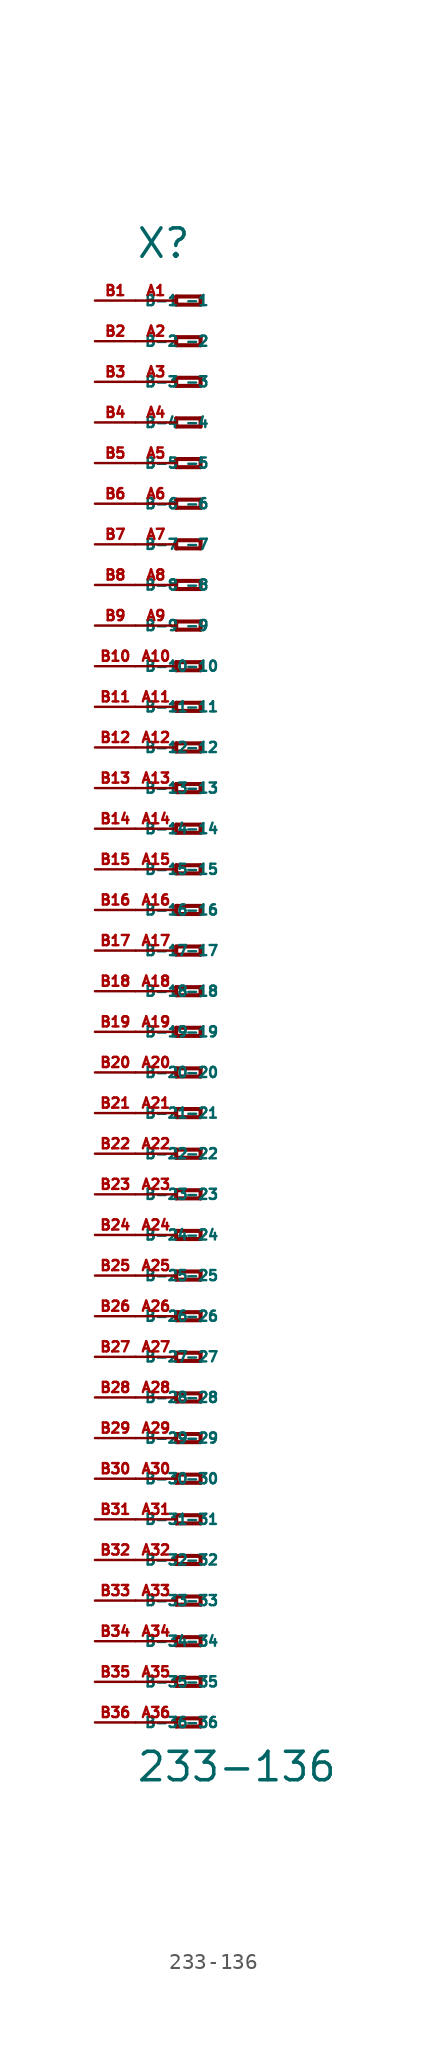
<source format=kicad_sym>
(kicad_symbol_lib
  (version 20220914)
  (generator Eagle2Kicad)
  (symbol "233-136"
    (property "Reference" "X"
      (at -5.08 45.72 0)
      (effects (font (size 1.778 1.778) (thickness 0.22)) (justify left bottom)))
    (property "Value" "233-136"
      (at -5.08 -49.53 0)
      (effects (font (size 1.778 1.778) (thickness 0.22)) (justify left bottom)))
    (polyline
      (pts (xy -2.54 43.434) (xy -2.54 42.926))
      (stroke (width 0.254) (type default))
      (fill (type none)))
    (polyline
      (pts (xy -2.54 42.926) (xy -1.016 42.926))
      (stroke (width 0.254) (type default))
      (fill (type none)))
    (polyline
      (pts (xy -1.016 42.926) (xy -1.016 43.434))
      (stroke (width 0.254) (type default))
      (fill (type none)))
    (polyline
      (pts (xy -1.016 43.434) (xy -2.54 43.434))
      (stroke (width 0.254) (type default))
      (fill (type none)))
    (polyline
      (pts (xy -2.54 40.894) (xy -2.54 40.386))
      (stroke (width 0.254) (type default))
      (fill (type none)))
    (polyline
      (pts (xy -2.54 40.386) (xy -1.016 40.386))
      (stroke (width 0.254) (type default))
      (fill (type none)))
    (polyline
      (pts (xy -1.016 40.386) (xy -1.016 40.894))
      (stroke (width 0.254) (type default))
      (fill (type none)))
    (polyline
      (pts (xy -1.016 40.894) (xy -2.54 40.894))
      (stroke (width 0.254) (type default))
      (fill (type none)))
    (polyline
      (pts (xy -2.54 38.354) (xy -2.54 37.846))
      (stroke (width 0.254) (type default))
      (fill (type none)))
    (polyline
      (pts (xy -2.54 37.846) (xy -1.016 37.846))
      (stroke (width 0.254) (type default))
      (fill (type none)))
    (polyline
      (pts (xy -1.016 37.846) (xy -1.016 38.354))
      (stroke (width 0.254) (type default))
      (fill (type none)))
    (polyline
      (pts (xy -1.016 38.354) (xy -2.54 38.354))
      (stroke (width 0.254) (type default))
      (fill (type none)))
    (polyline
      (pts (xy -2.54 35.814) (xy -2.54 35.306))
      (stroke (width 0.254) (type default))
      (fill (type none)))
    (polyline
      (pts (xy -2.54 35.306) (xy -1.016 35.306))
      (stroke (width 0.254) (type default))
      (fill (type none)))
    (polyline
      (pts (xy -1.016 35.306) (xy -1.016 35.814))
      (stroke (width 0.254) (type default))
      (fill (type none)))
    (polyline
      (pts (xy -1.016 35.814) (xy -2.54 35.814))
      (stroke (width 0.254) (type default))
      (fill (type none)))
    (polyline
      (pts (xy -2.54 33.274) (xy -2.54 32.766))
      (stroke (width 0.254) (type default))
      (fill (type none)))
    (polyline
      (pts (xy -2.54 32.766) (xy -1.016 32.766))
      (stroke (width 0.254) (type default))
      (fill (type none)))
    (polyline
      (pts (xy -1.016 32.766) (xy -1.016 33.274))
      (stroke (width 0.254) (type default))
      (fill (type none)))
    (polyline
      (pts (xy -1.016 33.274) (xy -2.54 33.274))
      (stroke (width 0.254) (type default))
      (fill (type none)))
    (polyline
      (pts (xy -2.54 30.734) (xy -2.54 30.226))
      (stroke (width 0.254) (type default))
      (fill (type none)))
    (polyline
      (pts (xy -2.54 30.226) (xy -1.016 30.226))
      (stroke (width 0.254) (type default))
      (fill (type none)))
    (polyline
      (pts (xy -1.016 30.226) (xy -1.016 30.734))
      (stroke (width 0.254) (type default))
      (fill (type none)))
    (polyline
      (pts (xy -1.016 30.734) (xy -2.54 30.734))
      (stroke (width 0.254) (type default))
      (fill (type none)))
    (polyline
      (pts (xy -2.54 28.194) (xy -2.54 27.686))
      (stroke (width 0.254) (type default))
      (fill (type none)))
    (polyline
      (pts (xy -2.54 27.686) (xy -1.016 27.686))
      (stroke (width 0.254) (type default))
      (fill (type none)))
    (polyline
      (pts (xy -1.016 27.686) (xy -1.016 28.194))
      (stroke (width 0.254) (type default))
      (fill (type none)))
    (polyline
      (pts (xy -1.016 28.194) (xy -2.54 28.194))
      (stroke (width 0.254) (type default))
      (fill (type none)))
    (polyline
      (pts (xy -2.54 25.654) (xy -2.54 25.146))
      (stroke (width 0.254) (type default))
      (fill (type none)))
    (polyline
      (pts (xy -2.54 25.146) (xy -1.016 25.146))
      (stroke (width 0.254) (type default))
      (fill (type none)))
    (polyline
      (pts (xy -1.016 25.146) (xy -1.016 25.654))
      (stroke (width 0.254) (type default))
      (fill (type none)))
    (polyline
      (pts (xy -1.016 25.654) (xy -2.54 25.654))
      (stroke (width 0.254) (type default))
      (fill (type none)))
    (polyline
      (pts (xy -2.54 23.114) (xy -2.54 22.606))
      (stroke (width 0.254) (type default))
      (fill (type none)))
    (polyline
      (pts (xy -2.54 22.606) (xy -1.016 22.606))
      (stroke (width 0.254) (type default))
      (fill (type none)))
    (polyline
      (pts (xy -1.016 22.606) (xy -1.016 23.114))
      (stroke (width 0.254) (type default))
      (fill (type none)))
    (polyline
      (pts (xy -1.016 23.114) (xy -2.54 23.114))
      (stroke (width 0.254) (type default))
      (fill (type none)))
    (polyline
      (pts (xy -2.54 20.574) (xy -2.54 20.066))
      (stroke (width 0.254) (type default))
      (fill (type none)))
    (polyline
      (pts (xy -2.54 20.066) (xy -1.016 20.066))
      (stroke (width 0.254) (type default))
      (fill (type none)))
    (polyline
      (pts (xy -1.016 20.066) (xy -1.016 20.574))
      (stroke (width 0.254) (type default))
      (fill (type none)))
    (polyline
      (pts (xy -1.016 20.574) (xy -2.54 20.574))
      (stroke (width 0.254) (type default))
      (fill (type none)))
    (polyline
      (pts (xy -2.54 18.034) (xy -2.54 17.526))
      (stroke (width 0.254) (type default))
      (fill (type none)))
    (polyline
      (pts (xy -2.54 17.526) (xy -1.016 17.526))
      (stroke (width 0.254) (type default))
      (fill (type none)))
    (polyline
      (pts (xy -1.016 17.526) (xy -1.016 18.034))
      (stroke (width 0.254) (type default))
      (fill (type none)))
    (polyline
      (pts (xy -1.016 18.034) (xy -2.54 18.034))
      (stroke (width 0.254) (type default))
      (fill (type none)))
    (polyline
      (pts (xy -2.54 15.494) (xy -2.54 14.986))
      (stroke (width 0.254) (type default))
      (fill (type none)))
    (polyline
      (pts (xy -2.54 14.986) (xy -1.016 14.986))
      (stroke (width 0.254) (type default))
      (fill (type none)))
    (polyline
      (pts (xy -1.016 14.986) (xy -1.016 15.494))
      (stroke (width 0.254) (type default))
      (fill (type none)))
    (polyline
      (pts (xy -1.016 15.494) (xy -2.54 15.494))
      (stroke (width 0.254) (type default))
      (fill (type none)))
    (polyline
      (pts (xy -2.54 12.954) (xy -2.54 12.446))
      (stroke (width 0.254) (type default))
      (fill (type none)))
    (polyline
      (pts (xy -2.54 12.446) (xy -1.016 12.446))
      (stroke (width 0.254) (type default))
      (fill (type none)))
    (polyline
      (pts (xy -1.016 12.446) (xy -1.016 12.954))
      (stroke (width 0.254) (type default))
      (fill (type none)))
    (polyline
      (pts (xy -1.016 12.954) (xy -2.54 12.954))
      (stroke (width 0.254) (type default))
      (fill (type none)))
    (polyline
      (pts (xy -2.54 10.414) (xy -2.54 9.906))
      (stroke (width 0.254) (type default))
      (fill (type none)))
    (polyline
      (pts (xy -2.54 9.906) (xy -1.016 9.906))
      (stroke (width 0.254) (type default))
      (fill (type none)))
    (polyline
      (pts (xy -1.016 9.906) (xy -1.016 10.414))
      (stroke (width 0.254) (type default))
      (fill (type none)))
    (polyline
      (pts (xy -1.016 10.414) (xy -2.54 10.414))
      (stroke (width 0.254) (type default))
      (fill (type none)))
    (polyline
      (pts (xy -2.54 7.874) (xy -2.54 7.366))
      (stroke (width 0.254) (type default))
      (fill (type none)))
    (polyline
      (pts (xy -2.54 7.366) (xy -1.016 7.366))
      (stroke (width 0.254) (type default))
      (fill (type none)))
    (polyline
      (pts (xy -1.016 7.366) (xy -1.016 7.874))
      (stroke (width 0.254) (type default))
      (fill (type none)))
    (polyline
      (pts (xy -1.016 7.874) (xy -2.54 7.874))
      (stroke (width 0.254) (type default))
      (fill (type none)))
    (polyline
      (pts (xy -2.54 5.334) (xy -2.54 4.826))
      (stroke (width 0.254) (type default))
      (fill (type none)))
    (polyline
      (pts (xy -2.54 4.826) (xy -1.016 4.826))
      (stroke (width 0.254) (type default))
      (fill (type none)))
    (polyline
      (pts (xy -1.016 4.826) (xy -1.016 5.334))
      (stroke (width 0.254) (type default))
      (fill (type none)))
    (polyline
      (pts (xy -1.016 5.334) (xy -2.54 5.334))
      (stroke (width 0.254) (type default))
      (fill (type none)))
    (polyline
      (pts (xy -2.54 2.794) (xy -2.54 2.286))
      (stroke (width 0.254) (type default))
      (fill (type none)))
    (polyline
      (pts (xy -2.54 2.286) (xy -1.016 2.286))
      (stroke (width 0.254) (type default))
      (fill (type none)))
    (polyline
      (pts (xy -1.016 2.286) (xy -1.016 2.794))
      (stroke (width 0.254) (type default))
      (fill (type none)))
    (polyline
      (pts (xy -1.016 2.794) (xy -2.54 2.794))
      (stroke (width 0.254) (type default))
      (fill (type none)))
    (polyline
      (pts (xy -2.54 0.254) (xy -2.54 -0.254))
      (stroke (width 0.254) (type default))
      (fill (type none)))
    (polyline
      (pts (xy -2.54 -0.254) (xy -1.016 -0.254))
      (stroke (width 0.254) (type default))
      (fill (type none)))
    (polyline
      (pts (xy -1.016 -0.254) (xy -1.016 0.254))
      (stroke (width 0.254) (type default))
      (fill (type none)))
    (polyline
      (pts (xy -1.016 0.254) (xy -2.54 0.254))
      (stroke (width 0.254) (type default))
      (fill (type none)))
    (polyline
      (pts (xy -2.54 -2.286) (xy -2.54 -2.794))
      (stroke (width 0.254) (type default))
      (fill (type none)))
    (polyline
      (pts (xy -2.54 -2.794) (xy -1.016 -2.794))
      (stroke (width 0.254) (type default))
      (fill (type none)))
    (polyline
      (pts (xy -1.016 -2.794) (xy -1.016 -2.286))
      (stroke (width 0.254) (type default))
      (fill (type none)))
    (polyline
      (pts (xy -1.016 -2.286) (xy -2.54 -2.286))
      (stroke (width 0.254) (type default))
      (fill (type none)))
    (polyline
      (pts (xy -2.54 -4.826) (xy -2.54 -5.334))
      (stroke (width 0.254) (type default))
      (fill (type none)))
    (polyline
      (pts (xy -2.54 -5.334) (xy -1.016 -5.334))
      (stroke (width 0.254) (type default))
      (fill (type none)))
    (polyline
      (pts (xy -1.016 -5.334) (xy -1.016 -4.826))
      (stroke (width 0.254) (type default))
      (fill (type none)))
    (polyline
      (pts (xy -1.016 -4.826) (xy -2.54 -4.826))
      (stroke (width 0.254) (type default))
      (fill (type none)))
    (polyline
      (pts (xy -2.54 -7.366) (xy -2.54 -7.874))
      (stroke (width 0.254) (type default))
      (fill (type none)))
    (polyline
      (pts (xy -2.54 -7.874) (xy -1.016 -7.874))
      (stroke (width 0.254) (type default))
      (fill (type none)))
    (polyline
      (pts (xy -1.016 -7.874) (xy -1.016 -7.366))
      (stroke (width 0.254) (type default))
      (fill (type none)))
    (polyline
      (pts (xy -1.016 -7.366) (xy -2.54 -7.366))
      (stroke (width 0.254) (type default))
      (fill (type none)))
    (polyline
      (pts (xy -2.54 -9.906) (xy -2.54 -10.414))
      (stroke (width 0.254) (type default))
      (fill (type none)))
    (polyline
      (pts (xy -2.54 -10.414) (xy -1.016 -10.414))
      (stroke (width 0.254) (type default))
      (fill (type none)))
    (polyline
      (pts (xy -1.016 -10.414) (xy -1.016 -9.906))
      (stroke (width 0.254) (type default))
      (fill (type none)))
    (polyline
      (pts (xy -1.016 -9.906) (xy -2.54 -9.906))
      (stroke (width 0.254) (type default))
      (fill (type none)))
    (polyline
      (pts (xy -2.54 -12.446) (xy -2.54 -12.954))
      (stroke (width 0.254) (type default))
      (fill (type none)))
    (polyline
      (pts (xy -2.54 -12.954) (xy -1.016 -12.954))
      (stroke (width 0.254) (type default))
      (fill (type none)))
    (polyline
      (pts (xy -1.016 -12.954) (xy -1.016 -12.446))
      (stroke (width 0.254) (type default))
      (fill (type none)))
    (polyline
      (pts (xy -1.016 -12.446) (xy -2.54 -12.446))
      (stroke (width 0.254) (type default))
      (fill (type none)))
    (polyline
      (pts (xy -2.54 -14.986) (xy -2.54 -15.494))
      (stroke (width 0.254) (type default))
      (fill (type none)))
    (polyline
      (pts (xy -2.54 -15.494) (xy -1.016 -15.494))
      (stroke (width 0.254) (type default))
      (fill (type none)))
    (polyline
      (pts (xy -1.016 -15.494) (xy -1.016 -14.986))
      (stroke (width 0.254) (type default))
      (fill (type none)))
    (polyline
      (pts (xy -1.016 -14.986) (xy -2.54 -14.986))
      (stroke (width 0.254) (type default))
      (fill (type none)))
    (polyline
      (pts (xy -2.54 -17.526) (xy -2.54 -18.034))
      (stroke (width 0.254) (type default))
      (fill (type none)))
    (polyline
      (pts (xy -2.54 -18.034) (xy -1.016 -18.034))
      (stroke (width 0.254) (type default))
      (fill (type none)))
    (polyline
      (pts (xy -1.016 -18.034) (xy -1.016 -17.526))
      (stroke (width 0.254) (type default))
      (fill (type none)))
    (polyline
      (pts (xy -1.016 -17.526) (xy -2.54 -17.526))
      (stroke (width 0.254) (type default))
      (fill (type none)))
    (polyline
      (pts (xy -2.54 -20.066) (xy -2.54 -20.574))
      (stroke (width 0.254) (type default))
      (fill (type none)))
    (polyline
      (pts (xy -2.54 -20.574) (xy -1.016 -20.574))
      (stroke (width 0.254) (type default))
      (fill (type none)))
    (polyline
      (pts (xy -1.016 -20.574) (xy -1.016 -20.066))
      (stroke (width 0.254) (type default))
      (fill (type none)))
    (polyline
      (pts (xy -1.016 -20.066) (xy -2.54 -20.066))
      (stroke (width 0.254) (type default))
      (fill (type none)))
    (polyline
      (pts (xy -2.54 -22.606) (xy -2.54 -23.114))
      (stroke (width 0.254) (type default))
      (fill (type none)))
    (polyline
      (pts (xy -2.54 -23.114) (xy -1.016 -23.114))
      (stroke (width 0.254) (type default))
      (fill (type none)))
    (polyline
      (pts (xy -1.016 -23.114) (xy -1.016 -22.606))
      (stroke (width 0.254) (type default))
      (fill (type none)))
    (polyline
      (pts (xy -1.016 -22.606) (xy -2.54 -22.606))
      (stroke (width 0.254) (type default))
      (fill (type none)))
    (polyline
      (pts (xy -2.54 -25.146) (xy -2.54 -25.654))
      (stroke (width 0.254) (type default))
      (fill (type none)))
    (polyline
      (pts (xy -2.54 -25.654) (xy -1.016 -25.654))
      (stroke (width 0.254) (type default))
      (fill (type none)))
    (polyline
      (pts (xy -1.016 -25.654) (xy -1.016 -25.146))
      (stroke (width 0.254) (type default))
      (fill (type none)))
    (polyline
      (pts (xy -1.016 -25.146) (xy -2.54 -25.146))
      (stroke (width 0.254) (type default))
      (fill (type none)))
    (polyline
      (pts (xy -2.54 -27.686) (xy -2.54 -28.194))
      (stroke (width 0.254) (type default))
      (fill (type none)))
    (polyline
      (pts (xy -2.54 -28.194) (xy -1.016 -28.194))
      (stroke (width 0.254) (type default))
      (fill (type none)))
    (polyline
      (pts (xy -1.016 -28.194) (xy -1.016 -27.686))
      (stroke (width 0.254) (type default))
      (fill (type none)))
    (polyline
      (pts (xy -1.016 -27.686) (xy -2.54 -27.686))
      (stroke (width 0.254) (type default))
      (fill (type none)))
    (polyline
      (pts (xy -2.54 -30.226) (xy -2.54 -30.734))
      (stroke (width 0.254) (type default))
      (fill (type none)))
    (polyline
      (pts (xy -2.54 -30.734) (xy -1.016 -30.734))
      (stroke (width 0.254) (type default))
      (fill (type none)))
    (polyline
      (pts (xy -1.016 -30.734) (xy -1.016 -30.226))
      (stroke (width 0.254) (type default))
      (fill (type none)))
    (polyline
      (pts (xy -1.016 -30.226) (xy -2.54 -30.226))
      (stroke (width 0.254) (type default))
      (fill (type none)))
    (polyline
      (pts (xy -2.54 -32.766) (xy -2.54 -33.274))
      (stroke (width 0.254) (type default))
      (fill (type none)))
    (polyline
      (pts (xy -2.54 -33.274) (xy -1.016 -33.274))
      (stroke (width 0.254) (type default))
      (fill (type none)))
    (polyline
      (pts (xy -1.016 -33.274) (xy -1.016 -32.766))
      (stroke (width 0.254) (type default))
      (fill (type none)))
    (polyline
      (pts (xy -1.016 -32.766) (xy -2.54 -32.766))
      (stroke (width 0.254) (type default))
      (fill (type none)))
    (polyline
      (pts (xy -2.54 -35.306) (xy -2.54 -35.814))
      (stroke (width 0.254) (type default))
      (fill (type none)))
    (polyline
      (pts (xy -2.54 -35.814) (xy -1.016 -35.814))
      (stroke (width 0.254) (type default))
      (fill (type none)))
    (polyline
      (pts (xy -1.016 -35.814) (xy -1.016 -35.306))
      (stroke (width 0.254) (type default))
      (fill (type none)))
    (polyline
      (pts (xy -1.016 -35.306) (xy -2.54 -35.306))
      (stroke (width 0.254) (type default))
      (fill (type none)))
    (polyline
      (pts (xy -2.54 -37.846) (xy -2.54 -38.354))
      (stroke (width 0.254) (type default))
      (fill (type none)))
    (polyline
      (pts (xy -2.54 -38.354) (xy -1.016 -38.354))
      (stroke (width 0.254) (type default))
      (fill (type none)))
    (polyline
      (pts (xy -1.016 -38.354) (xy -1.016 -37.846))
      (stroke (width 0.254) (type default))
      (fill (type none)))
    (polyline
      (pts (xy -1.016 -37.846) (xy -2.54 -37.846))
      (stroke (width 0.254) (type default))
      (fill (type none)))
    (polyline
      (pts (xy -2.54 -40.386) (xy -2.54 -40.894))
      (stroke (width 0.254) (type default))
      (fill (type none)))
    (polyline
      (pts (xy -2.54 -40.894) (xy -1.016 -40.894))
      (stroke (width 0.254) (type default))
      (fill (type none)))
    (polyline
      (pts (xy -1.016 -40.894) (xy -1.016 -40.386))
      (stroke (width 0.254) (type default))
      (fill (type none)))
    (polyline
      (pts (xy -1.016 -40.386) (xy -2.54 -40.386))
      (stroke (width 0.254) (type default))
      (fill (type none)))
    (polyline
      (pts (xy -2.54 -42.926) (xy -2.54 -43.434))
      (stroke (width 0.254) (type default))
      (fill (type none)))
    (polyline
      (pts (xy -2.54 -43.434) (xy -1.016 -43.434))
      (stroke (width 0.254) (type default))
      (fill (type none)))
    (polyline
      (pts (xy -1.016 -43.434) (xy -1.016 -42.926))
      (stroke (width 0.254) (type default))
      (fill (type none)))
    (polyline
      (pts (xy -1.016 -42.926) (xy -2.54 -42.926))
      (stroke (width 0.254) (type default))
      (fill (type none)))
    (polyline
      (pts (xy -2.54 -45.466) (xy -2.54 -45.974))
      (stroke (width 0.254) (type default))
      (fill (type none)))
    (polyline
      (pts (xy -2.54 -45.974) (xy -1.016 -45.974))
      (stroke (width 0.254) (type default))
      (fill (type none)))
    (polyline
      (pts (xy -1.016 -45.974) (xy -1.016 -45.466))
      (stroke (width 0.254) (type default))
      (fill (type none)))
    (polyline
      (pts (xy -1.016 -45.466) (xy -2.54 -45.466))
      (stroke (width 0.254) (type default))
      (fill (type none)))
    (pin passive line
      (at -5.08 43.18 0)
      (length 2.54)
      (name "-1" (effects (font (size 0.635 0.635) (thickness 0.08)) (justify left bottom)))
      (number "A1" (effects (font (size 0.635 0.635) (thickness 0.08)) (justify left bottom))))
    (pin passive line
      (at -5.08 40.64 0)
      (length 2.54)
      (name "-2" (effects (font (size 0.635 0.635) (thickness 0.08)) (justify left bottom)))
      (number "A2" (effects (font (size 0.635 0.635) (thickness 0.08)) (justify left bottom))))
    (pin passive line
      (at -5.08 38.1 0)
      (length 2.54)
      (name "-3" (effects (font (size 0.635 0.635) (thickness 0.08)) (justify left bottom)))
      (number "A3" (effects (font (size 0.635 0.635) (thickness 0.08)) (justify left bottom))))
    (pin passive line
      (at -5.08 35.56 0)
      (length 2.54)
      (name "-4" (effects (font (size 0.635 0.635) (thickness 0.08)) (justify left bottom)))
      (number "A4" (effects (font (size 0.635 0.635) (thickness 0.08)) (justify left bottom))))
    (pin passive line
      (at -5.08 33.02 0)
      (length 2.54)
      (name "-5" (effects (font (size 0.635 0.635) (thickness 0.08)) (justify left bottom)))
      (number "A5" (effects (font (size 0.635 0.635) (thickness 0.08)) (justify left bottom))))
    (pin passive line
      (at -5.08 30.48 0)
      (length 2.54)
      (name "-6" (effects (font (size 0.635 0.635) (thickness 0.08)) (justify left bottom)))
      (number "A6" (effects (font (size 0.635 0.635) (thickness 0.08)) (justify left bottom))))
    (pin passive line
      (at -5.08 27.94 0)
      (length 2.54)
      (name "-7" (effects (font (size 0.635 0.635) (thickness 0.08)) (justify left bottom)))
      (number "A7" (effects (font (size 0.635 0.635) (thickness 0.08)) (justify left bottom))))
    (pin passive line
      (at -5.08 25.4 0)
      (length 2.54)
      (name "-8" (effects (font (size 0.635 0.635) (thickness 0.08)) (justify left bottom)))
      (number "A8" (effects (font (size 0.635 0.635) (thickness 0.08)) (justify left bottom))))
    (pin passive line
      (at -5.08 22.86 0)
      (length 2.54)
      (name "-9" (effects (font (size 0.635 0.635) (thickness 0.08)) (justify left bottom)))
      (number "A9" (effects (font (size 0.635 0.635) (thickness 0.08)) (justify left bottom))))
    (pin passive line
      (at -5.08 20.32 0)
      (length 2.54)
      (name "-10" (effects (font (size 0.635 0.635) (thickness 0.08)) (justify left bottom)))
      (number "A10" (effects (font (size 0.635 0.635) (thickness 0.08)) (justify left bottom))))
    (pin passive line
      (at -5.08 17.78 0)
      (length 2.54)
      (name "-11" (effects (font (size 0.635 0.635) (thickness 0.08)) (justify left bottom)))
      (number "A11" (effects (font (size 0.635 0.635) (thickness 0.08)) (justify left bottom))))
    (pin passive line
      (at -5.08 15.24 0)
      (length 2.54)
      (name "-12" (effects (font (size 0.635 0.635) (thickness 0.08)) (justify left bottom)))
      (number "A12" (effects (font (size 0.635 0.635) (thickness 0.08)) (justify left bottom))))
    (pin passive line
      (at -5.08 12.7 0)
      (length 2.54)
      (name "-13" (effects (font (size 0.635 0.635) (thickness 0.08)) (justify left bottom)))
      (number "A13" (effects (font (size 0.635 0.635) (thickness 0.08)) (justify left bottom))))
    (pin passive line
      (at -5.08 10.16 0)
      (length 2.54)
      (name "-14" (effects (font (size 0.635 0.635) (thickness 0.08)) (justify left bottom)))
      (number "A14" (effects (font (size 0.635 0.635) (thickness 0.08)) (justify left bottom))))
    (pin passive line
      (at -5.08 7.62 0)
      (length 2.54)
      (name "-15" (effects (font (size 0.635 0.635) (thickness 0.08)) (justify left bottom)))
      (number "A15" (effects (font (size 0.635 0.635) (thickness 0.08)) (justify left bottom))))
    (pin passive line
      (at -5.08 5.08 0)
      (length 2.54)
      (name "-16" (effects (font (size 0.635 0.635) (thickness 0.08)) (justify left bottom)))
      (number "A16" (effects (font (size 0.635 0.635) (thickness 0.08)) (justify left bottom))))
    (pin passive line
      (at -5.08 2.54 0)
      (length 2.54)
      (name "-17" (effects (font (size 0.635 0.635) (thickness 0.08)) (justify left bottom)))
      (number "A17" (effects (font (size 0.635 0.635) (thickness 0.08)) (justify left bottom))))
    (pin passive line
      (at -5.08 0 0)
      (length 2.54)
      (name "-18" (effects (font (size 0.635 0.635) (thickness 0.08)) (justify left bottom)))
      (number "A18" (effects (font (size 0.635 0.635) (thickness 0.08)) (justify left bottom))))
    (pin passive line
      (at -5.08 -2.54 0)
      (length 2.54)
      (name "-19" (effects (font (size 0.635 0.635) (thickness 0.08)) (justify left bottom)))
      (number "A19" (effects (font (size 0.635 0.635) (thickness 0.08)) (justify left bottom))))
    (pin passive line
      (at -5.08 -5.08 0)
      (length 2.54)
      (name "-20" (effects (font (size 0.635 0.635) (thickness 0.08)) (justify left bottom)))
      (number "A20" (effects (font (size 0.635 0.635) (thickness 0.08)) (justify left bottom))))
    (pin passive line
      (at -5.08 -7.62 0)
      (length 2.54)
      (name "-21" (effects (font (size 0.635 0.635) (thickness 0.08)) (justify left bottom)))
      (number "A21" (effects (font (size 0.635 0.635) (thickness 0.08)) (justify left bottom))))
    (pin passive line
      (at -5.08 -10.16 0)
      (length 2.54)
      (name "-22" (effects (font (size 0.635 0.635) (thickness 0.08)) (justify left bottom)))
      (number "A22" (effects (font (size 0.635 0.635) (thickness 0.08)) (justify left bottom))))
    (pin passive line
      (at -5.08 -12.7 0)
      (length 2.54)
      (name "-23" (effects (font (size 0.635 0.635) (thickness 0.08)) (justify left bottom)))
      (number "A23" (effects (font (size 0.635 0.635) (thickness 0.08)) (justify left bottom))))
    (pin passive line
      (at -5.08 -15.24 0)
      (length 2.54)
      (name "-24" (effects (font (size 0.635 0.635) (thickness 0.08)) (justify left bottom)))
      (number "A24" (effects (font (size 0.635 0.635) (thickness 0.08)) (justify left bottom))))
    (pin passive line
      (at -5.08 -17.78 0)
      (length 2.54)
      (name "-25" (effects (font (size 0.635 0.635) (thickness 0.08)) (justify left bottom)))
      (number "A25" (effects (font (size 0.635 0.635) (thickness 0.08)) (justify left bottom))))
    (pin passive line
      (at -5.08 -20.32 0)
      (length 2.54)
      (name "-26" (effects (font (size 0.635 0.635) (thickness 0.08)) (justify left bottom)))
      (number "A26" (effects (font (size 0.635 0.635) (thickness 0.08)) (justify left bottom))))
    (pin passive line
      (at -5.08 -22.86 0)
      (length 2.54)
      (name "-27" (effects (font (size 0.635 0.635) (thickness 0.08)) (justify left bottom)))
      (number "A27" (effects (font (size 0.635 0.635) (thickness 0.08)) (justify left bottom))))
    (pin passive line
      (at -5.08 -25.4 0)
      (length 2.54)
      (name "-28" (effects (font (size 0.635 0.635) (thickness 0.08)) (justify left bottom)))
      (number "A28" (effects (font (size 0.635 0.635) (thickness 0.08)) (justify left bottom))))
    (pin passive line
      (at -5.08 -27.94 0)
      (length 2.54)
      (name "-29" (effects (font (size 0.635 0.635) (thickness 0.08)) (justify left bottom)))
      (number "A29" (effects (font (size 0.635 0.635) (thickness 0.08)) (justify left bottom))))
    (pin passive line
      (at -5.08 -30.48 0)
      (length 2.54)
      (name "-30" (effects (font (size 0.635 0.635) (thickness 0.08)) (justify left bottom)))
      (number "A30" (effects (font (size 0.635 0.635) (thickness 0.08)) (justify left bottom))))
    (pin passive line
      (at -5.08 -33.02 0)
      (length 2.54)
      (name "-31" (effects (font (size 0.635 0.635) (thickness 0.08)) (justify left bottom)))
      (number "A31" (effects (font (size 0.635 0.635) (thickness 0.08)) (justify left bottom))))
    (pin passive line
      (at -5.08 -35.56 0)
      (length 2.54)
      (name "-32" (effects (font (size 0.635 0.635) (thickness 0.08)) (justify left bottom)))
      (number "A32" (effects (font (size 0.635 0.635) (thickness 0.08)) (justify left bottom))))
    (pin passive line
      (at -5.08 -38.1 0)
      (length 2.54)
      (name "-33" (effects (font (size 0.635 0.635) (thickness 0.08)) (justify left bottom)))
      (number "A33" (effects (font (size 0.635 0.635) (thickness 0.08)) (justify left bottom))))
    (pin passive line
      (at -5.08 -40.64 0)
      (length 2.54)
      (name "-34" (effects (font (size 0.635 0.635) (thickness 0.08)) (justify left bottom)))
      (number "A34" (effects (font (size 0.635 0.635) (thickness 0.08)) (justify left bottom))))
    (pin passive line
      (at -5.08 -43.18 0)
      (length 2.54)
      (name "-35" (effects (font (size 0.635 0.635) (thickness 0.08)) (justify left bottom)))
      (number "A35" (effects (font (size 0.635 0.635) (thickness 0.08)) (justify left bottom))))
    (pin passive line
      (at -5.08 -45.72 0)
      (length 2.54)
      (name "-36" (effects (font (size 0.635 0.635) (thickness 0.08)) (justify left bottom)))
      (number "A36" (effects (font (size 0.635 0.635) (thickness 0.08)) (justify left bottom))))
    (pin passive line
      (at -7.62 -45.72 0)
      (length 2.54)
      (name "B-36" (effects (font (size 0.635 0.635) (thickness 0.08)) (justify left bottom)))
      (number "B36" (effects (font (size 0.635 0.635) (thickness 0.08)) (justify left bottom))))
    (pin passive line
      (at -7.62 43.18 0)
      (length 2.54)
      (name "B-1" (effects (font (size 0.635 0.635) (thickness 0.08)) (justify left bottom)))
      (number "B1" (effects (font (size 0.635 0.635) (thickness 0.08)) (justify left bottom))))
    (pin passive line
      (at -7.62 40.64 0)
      (length 2.54)
      (name "B-2" (effects (font (size 0.635 0.635) (thickness 0.08)) (justify left bottom)))
      (number "B2" (effects (font (size 0.635 0.635) (thickness 0.08)) (justify left bottom))))
    (pin passive line
      (at -7.62 38.1 0)
      (length 2.54)
      (name "B-3" (effects (font (size 0.635 0.635) (thickness 0.08)) (justify left bottom)))
      (number "B3" (effects (font (size 0.635 0.635) (thickness 0.08)) (justify left bottom))))
    (pin passive line
      (at -7.62 35.56 0)
      (length 2.54)
      (name "B-4" (effects (font (size 0.635 0.635) (thickness 0.08)) (justify left bottom)))
      (number "B4" (effects (font (size 0.635 0.635) (thickness 0.08)) (justify left bottom))))
    (pin passive line
      (at -7.62 33.02 0)
      (length 2.54)
      (name "B-5" (effects (font (size 0.635 0.635) (thickness 0.08)) (justify left bottom)))
      (number "B5" (effects (font (size 0.635 0.635) (thickness 0.08)) (justify left bottom))))
    (pin passive line
      (at -7.62 30.48 0)
      (length 2.54)
      (name "B-6" (effects (font (size 0.635 0.635) (thickness 0.08)) (justify left bottom)))
      (number "B6" (effects (font (size 0.635 0.635) (thickness 0.08)) (justify left bottom))))
    (pin passive line
      (at -7.62 27.94 0)
      (length 2.54)
      (name "B-7" (effects (font (size 0.635 0.635) (thickness 0.08)) (justify left bottom)))
      (number "B7" (effects (font (size 0.635 0.635) (thickness 0.08)) (justify left bottom))))
    (pin passive line
      (at -7.62 25.4 0)
      (length 2.54)
      (name "B-8" (effects (font (size 0.635 0.635) (thickness 0.08)) (justify left bottom)))
      (number "B8" (effects (font (size 0.635 0.635) (thickness 0.08)) (justify left bottom))))
    (pin passive line
      (at -7.62 22.86 0)
      (length 2.54)
      (name "B-9" (effects (font (size 0.635 0.635) (thickness 0.08)) (justify left bottom)))
      (number "B9" (effects (font (size 0.635 0.635) (thickness 0.08)) (justify left bottom))))
    (pin passive line
      (at -7.62 20.32 0)
      (length 2.54)
      (name "B-10" (effects (font (size 0.635 0.635) (thickness 0.08)) (justify left bottom)))
      (number "B10" (effects (font (size 0.635 0.635) (thickness 0.08)) (justify left bottom))))
    (pin passive line
      (at -7.62 17.78 0)
      (length 2.54)
      (name "B-11" (effects (font (size 0.635 0.635) (thickness 0.08)) (justify left bottom)))
      (number "B11" (effects (font (size 0.635 0.635) (thickness 0.08)) (justify left bottom))))
    (pin passive line
      (at -7.62 15.24 0)
      (length 2.54)
      (name "B-12" (effects (font (size 0.635 0.635) (thickness 0.08)) (justify left bottom)))
      (number "B12" (effects (font (size 0.635 0.635) (thickness 0.08)) (justify left bottom))))
    (pin passive line
      (at -7.62 12.7 0)
      (length 2.54)
      (name "B-13" (effects (font (size 0.635 0.635) (thickness 0.08)) (justify left bottom)))
      (number "B13" (effects (font (size 0.635 0.635) (thickness 0.08)) (justify left bottom))))
    (pin passive line
      (at -7.62 10.16 0)
      (length 2.54)
      (name "B-14" (effects (font (size 0.635 0.635) (thickness 0.08)) (justify left bottom)))
      (number "B14" (effects (font (size 0.635 0.635) (thickness 0.08)) (justify left bottom))))
    (pin passive line
      (at -7.62 7.62 0)
      (length 2.54)
      (name "B-15" (effects (font (size 0.635 0.635) (thickness 0.08)) (justify left bottom)))
      (number "B15" (effects (font (size 0.635 0.635) (thickness 0.08)) (justify left bottom))))
    (pin passive line
      (at -7.62 5.08 0)
      (length 2.54)
      (name "B-16" (effects (font (size 0.635 0.635) (thickness 0.08)) (justify left bottom)))
      (number "B16" (effects (font (size 0.635 0.635) (thickness 0.08)) (justify left bottom))))
    (pin passive line
      (at -7.62 2.54 0)
      (length 2.54)
      (name "B-17" (effects (font (size 0.635 0.635) (thickness 0.08)) (justify left bottom)))
      (number "B17" (effects (font (size 0.635 0.635) (thickness 0.08)) (justify left bottom))))
    (pin passive line
      (at -7.62 0 0)
      (length 2.54)
      (name "B-18" (effects (font (size 0.635 0.635) (thickness 0.08)) (justify left bottom)))
      (number "B18" (effects (font (size 0.635 0.635) (thickness 0.08)) (justify left bottom))))
    (pin passive line
      (at -7.62 -2.54 0)
      (length 2.54)
      (name "B-19" (effects (font (size 0.635 0.635) (thickness 0.08)) (justify left bottom)))
      (number "B19" (effects (font (size 0.635 0.635) (thickness 0.08)) (justify left bottom))))
    (pin passive line
      (at -7.62 -5.08 0)
      (length 2.54)
      (name "B-20" (effects (font (size 0.635 0.635) (thickness 0.08)) (justify left bottom)))
      (number "B20" (effects (font (size 0.635 0.635) (thickness 0.08)) (justify left bottom))))
    (pin passive line
      (at -7.62 -7.62 0)
      (length 2.54)
      (name "B-21" (effects (font (size 0.635 0.635) (thickness 0.08)) (justify left bottom)))
      (number "B21" (effects (font (size 0.635 0.635) (thickness 0.08)) (justify left bottom))))
    (pin passive line
      (at -7.62 -10.16 0)
      (length 2.54)
      (name "B-22" (effects (font (size 0.635 0.635) (thickness 0.08)) (justify left bottom)))
      (number "B22" (effects (font (size 0.635 0.635) (thickness 0.08)) (justify left bottom))))
    (pin passive line
      (at -7.62 -12.7 0)
      (length 2.54)
      (name "B-23" (effects (font (size 0.635 0.635) (thickness 0.08)) (justify left bottom)))
      (number "B23" (effects (font (size 0.635 0.635) (thickness 0.08)) (justify left bottom))))
    (pin passive line
      (at -7.62 -15.24 0)
      (length 2.54)
      (name "B-24" (effects (font (size 0.635 0.635) (thickness 0.08)) (justify left bottom)))
      (number "B24" (effects (font (size 0.635 0.635) (thickness 0.08)) (justify left bottom))))
    (pin passive line
      (at -7.62 -17.78 0)
      (length 2.54)
      (name "B-25" (effects (font (size 0.635 0.635) (thickness 0.08)) (justify left bottom)))
      (number "B25" (effects (font (size 0.635 0.635) (thickness 0.08)) (justify left bottom))))
    (pin passive line
      (at -7.62 -20.32 0)
      (length 2.54)
      (name "B-26" (effects (font (size 0.635 0.635) (thickness 0.08)) (justify left bottom)))
      (number "B26" (effects (font (size 0.635 0.635) (thickness 0.08)) (justify left bottom))))
    (pin passive line
      (at -7.62 -22.86 0)
      (length 2.54)
      (name "B-27" (effects (font (size 0.635 0.635) (thickness 0.08)) (justify left bottom)))
      (number "B27" (effects (font (size 0.635 0.635) (thickness 0.08)) (justify left bottom))))
    (pin passive line
      (at -7.62 -25.4 0)
      (length 2.54)
      (name "B-28" (effects (font (size 0.635 0.635) (thickness 0.08)) (justify left bottom)))
      (number "B28" (effects (font (size 0.635 0.635) (thickness 0.08)) (justify left bottom))))
    (pin passive line
      (at -7.62 -27.94 0)
      (length 2.54)
      (name "B-29" (effects (font (size 0.635 0.635) (thickness 0.08)) (justify left bottom)))
      (number "B29" (effects (font (size 0.635 0.635) (thickness 0.08)) (justify left bottom))))
    (pin passive line
      (at -7.62 -30.48 0)
      (length 2.54)
      (name "B-30" (effects (font (size 0.635 0.635) (thickness 0.08)) (justify left bottom)))
      (number "B30" (effects (font (size 0.635 0.635) (thickness 0.08)) (justify left bottom))))
    (pin passive line
      (at -7.62 -33.02 0)
      (length 2.54)
      (name "B-31" (effects (font (size 0.635 0.635) (thickness 0.08)) (justify left bottom)))
      (number "B31" (effects (font (size 0.635 0.635) (thickness 0.08)) (justify left bottom))))
    (pin passive line
      (at -7.62 -35.56 0)
      (length 2.54)
      (name "B-32" (effects (font (size 0.635 0.635) (thickness 0.08)) (justify left bottom)))
      (number "B32" (effects (font (size 0.635 0.635) (thickness 0.08)) (justify left bottom))))
    (pin passive line
      (at -7.62 -38.1 0)
      (length 2.54)
      (name "B-33" (effects (font (size 0.635 0.635) (thickness 0.08)) (justify left bottom)))
      (number "B33" (effects (font (size 0.635 0.635) (thickness 0.08)) (justify left bottom))))
    (pin passive line
      (at -7.62 -40.64 0)
      (length 2.54)
      (name "B-34" (effects (font (size 0.635 0.635) (thickness 0.08)) (justify left bottom)))
      (number "B34" (effects (font (size 0.635 0.635) (thickness 0.08)) (justify left bottom))))
    (pin passive line
      (at -7.62 -43.18 0)
      (length 2.54)
      (name "B-35" (effects (font (size 0.635 0.635) (thickness 0.08)) (justify left bottom)))
      (number "B35" (effects (font (size 0.635 0.635) (thickness 0.08)) (justify left bottom))))))
</source>
